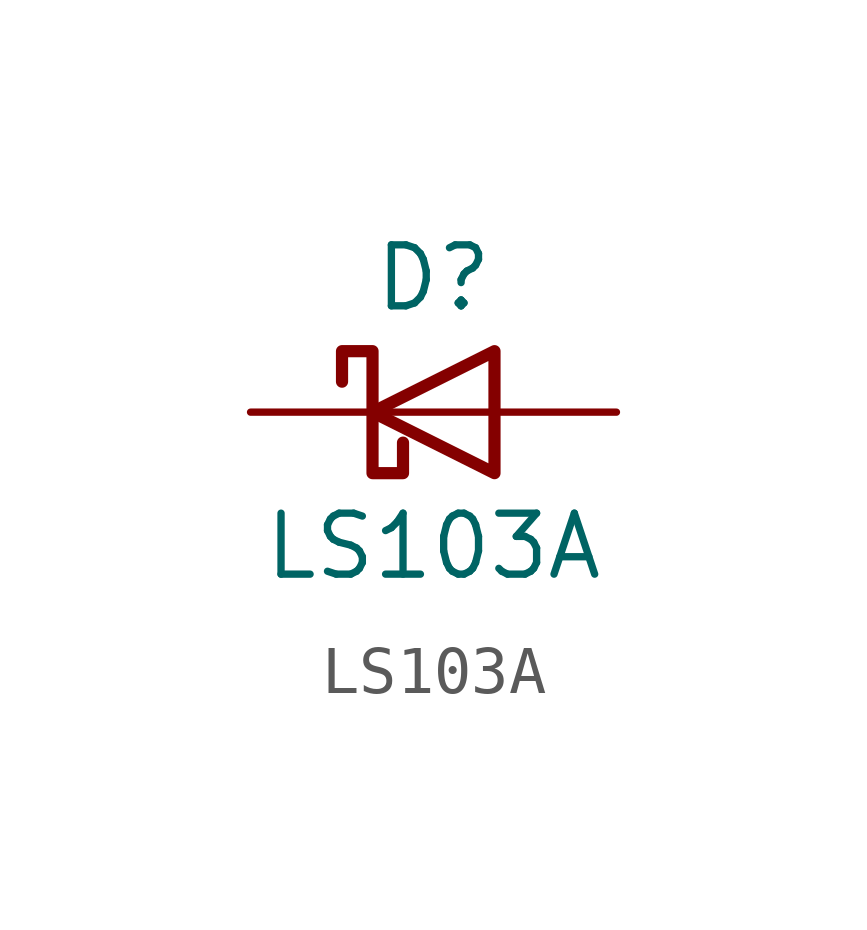
<source format=kicad_sym>
(kicad_symbol_lib
  (version 20220914)
  (generator kicad_symbol_editor)
  (symbol "LS103A"
    (pin_numbers hide)
    (pin_names
      (offset 1.016) hide)
    (property "Reference" "D"
      (at 0 2.794 0)
      (effects (font (size 1.27 1.27))))
    (property "Value" "LS103A"
      (at 0 -2.794 0)
      (effects (font (size 1.27 1.27))))
    (symbol "LS103A_0_1"
      (polyline (pts (xy 1.27 0) (xy -1.27 0)) (stroke (width 0) (type default)) (fill (type none)))
      (polyline (pts (xy 1.27 1.27) (xy 1.27 -1.27) (xy -1.27 0) (xy 1.27 1.27)) (stroke (width 0.254) (type default)) (fill (type none)))
      (polyline (pts (xy -1.905 0.635) (xy -1.905 1.27) (xy -1.27 1.27) (xy -1.27 -1.27) (xy -0.635 -1.27) (xy -0.635 -0.635)) (stroke (width 0.254) (type default)) (fill (type none))))
    (symbol "LS103A_1_1"
      (pin passive line (at -3.81 0 0) (length 2.54) (name "K" (effects (font (size 1.27 1.27)))) (number "1" (effects (font (size 1.27 1.27)))))
      (pin passive line (at 3.81 0 180) (length 2.54) (name "A" (effects (font (size 1.27 1.27)))) (number "2" (effects (font (size 1.27 1.27))))))))
</source>
